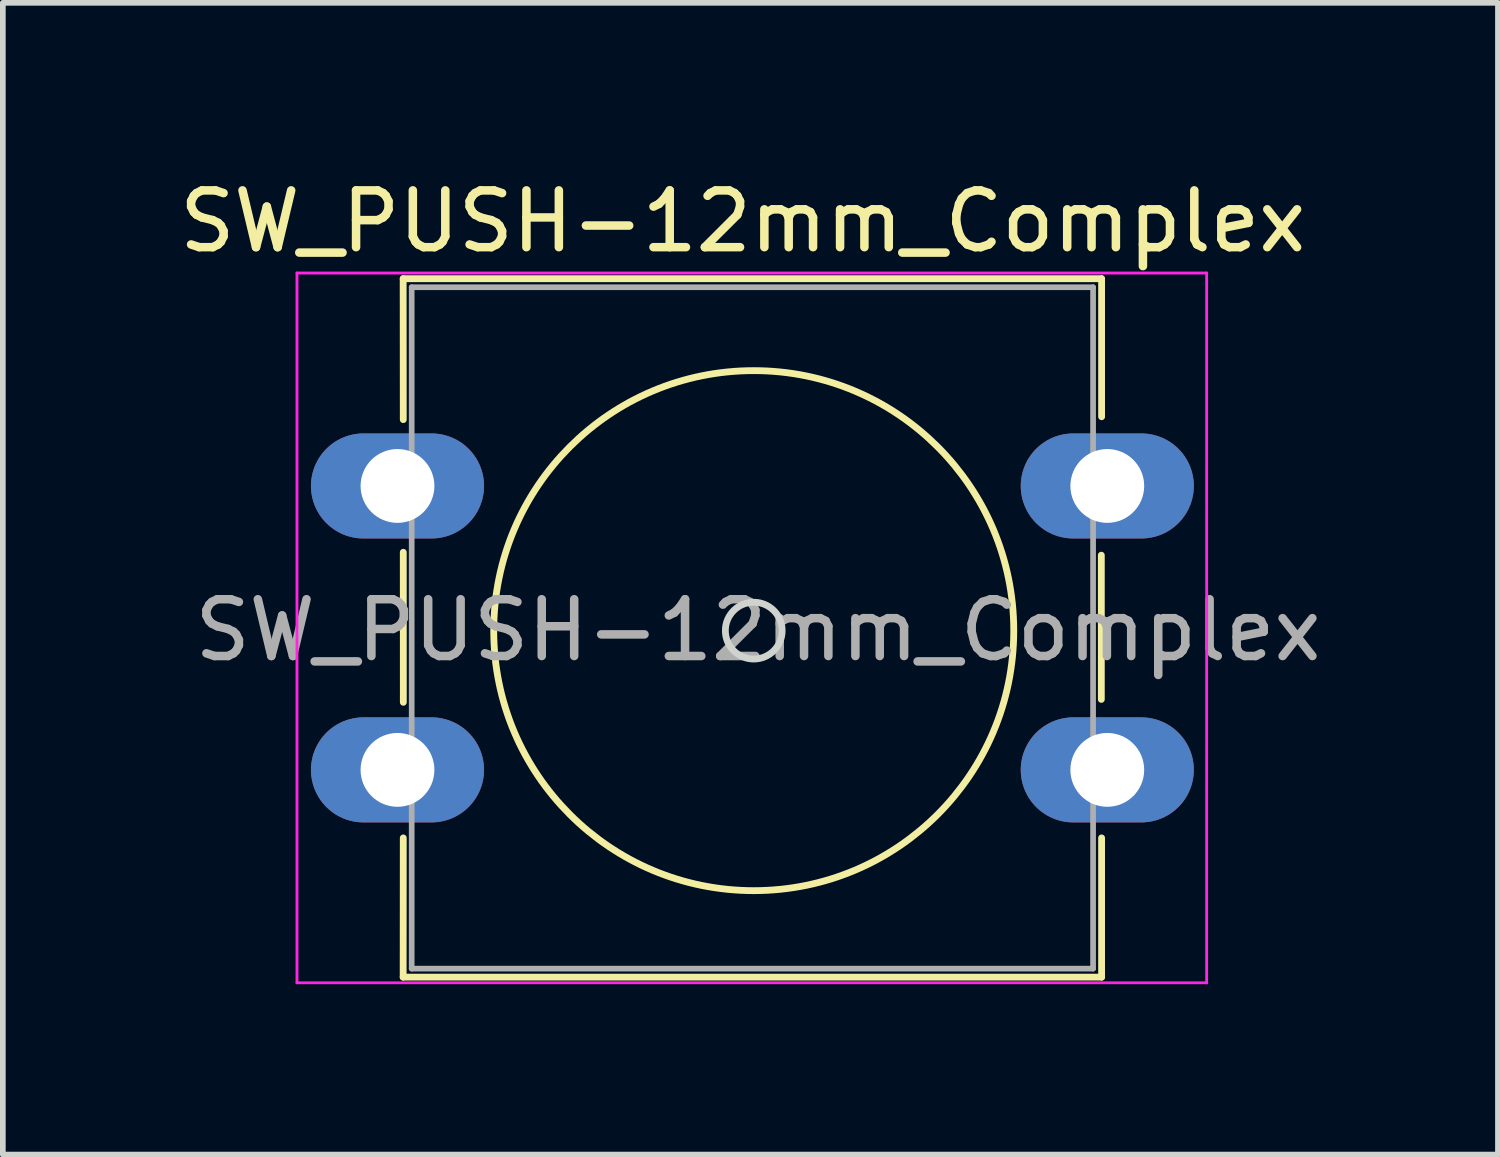
<source format=kicad_pcb>
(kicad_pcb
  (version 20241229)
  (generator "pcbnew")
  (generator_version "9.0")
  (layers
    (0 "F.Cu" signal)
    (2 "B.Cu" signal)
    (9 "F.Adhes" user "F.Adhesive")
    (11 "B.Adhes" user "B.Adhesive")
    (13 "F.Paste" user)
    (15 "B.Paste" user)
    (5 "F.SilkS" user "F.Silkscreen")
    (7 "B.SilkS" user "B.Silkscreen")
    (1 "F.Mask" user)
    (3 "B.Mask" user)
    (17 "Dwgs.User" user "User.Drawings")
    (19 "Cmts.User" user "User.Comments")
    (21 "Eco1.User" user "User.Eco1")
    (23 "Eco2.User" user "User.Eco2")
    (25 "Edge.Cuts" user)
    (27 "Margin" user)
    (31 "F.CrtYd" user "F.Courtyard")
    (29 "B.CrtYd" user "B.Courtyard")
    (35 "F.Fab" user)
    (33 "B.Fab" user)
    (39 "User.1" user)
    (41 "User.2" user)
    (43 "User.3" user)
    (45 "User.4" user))
  (footprint "SW_PUSH-12mm_Complex"
    (layer "F.Cu")
    (at 3.95 5.508)
    (property "Reference" "SW_PUSH-12mm_Complex" (at 6.08 -4.66 0) (layer "F.SilkS") (effects (font (size 1 1) (thickness 0.15))))
    (attr through_hole)
    (fp_line (start 0.1 -3.65) (end 12.4 -3.65) (stroke (width 0.12) (type solid)) (layer "F.SilkS"))
    (fp_line (start 0.1 8.65) (end 0.102 6.198) (stroke (width 0.12) (type solid)) (layer "F.SilkS"))
    (fp_line (start 0.102 -1.168) (end 0.1 -3.65) (stroke (width 0.12) (type solid)) (layer "F.SilkS"))
    (fp_line (start 0.103 3.81) (end 0.102 1.168) (stroke (width 0.12) (type solid)) (layer "F.SilkS"))
    (fp_line (start 12.395 1.219) (end 12.395 3.759) (stroke (width 0.12) (type solid)) (layer "F.SilkS"))
    (fp_line (start 12.4 -3.65) (end 12.4 -1.219) (stroke (width 0.12) (type solid)) (layer "F.SilkS"))
    (fp_line (start 12.4 6.198) (end 12.4 8.65) (stroke (width 0.12) (type solid)) (layer "F.SilkS"))
    (fp_line (start 12.4 8.65) (end 0.1 8.65) (stroke (width 0.12) (type solid)) (layer "F.SilkS"))
    (fp_circle (center 6.274 2.548) (end 10.084 5.088) (stroke (width 0.12) (type solid)) (fill no) (layer "F.SilkS"))
    (fp_circle (center 6.274 2.548) (end 6.774 2.548) (stroke (width 0.12) (type solid)) (fill no) (layer "Edge.Cuts"))
    (fp_line (start -1.77 -3.75) (end -1.77 8.75) (stroke (width 0.05) (type solid)) (layer "F.CrtYd"))
    (fp_line (start -1.77 -3.75) (end 14.25 -3.75) (stroke (width 0.05) (type solid)) (layer "F.CrtYd"))
    (fp_line (start 14.25 8.75) (end -1.77 8.75) (stroke (width 0.05) (type solid)) (layer "F.CrtYd"))
    (fp_line (start 14.25 8.75) (end 14.25 -3.75) (stroke (width 0.05) (type solid)) (layer "F.CrtYd"))
    (fp_line (start 0.25 -3.5) (end 0.25 8.5) (stroke (width 0.1) (type solid)) (layer "F.Fab"))
    (fp_line (start 0.25 -3.5) (end 12.25 -3.5) (stroke (width 0.1) (type solid)) (layer "F.Fab"))
    (fp_line (start 0.25 8.5) (end 12.25 8.5) (stroke (width 0.1) (type solid)) (layer "F.Fab"))
    (fp_line (start 12.25 -3.5) (end 12.25 8.5) (stroke (width 0.1) (type solid)) (layer "F.Fab"))
    (fp_text user "${REFERENCE}" (at 6.35 2.54 0) (layer "F.Fab") (effects (font (size 1 1) (thickness 0.15))))
    (pad "1" thru_hole oval (at 0 0) (size 3.048 1.85) (drill 1.3) (layers "*.Cu" "*.Mask"))
    (pad "1" thru_hole oval (at 12.5 0) (size 3.048 1.85) (drill 1.3) (layers "*.Cu" "*.Mask"))
    (pad "2" thru_hole oval (at 0 5) (size 3.048 1.85) (drill 1.3) (layers "*.Cu" "*.Mask"))
    (pad "2" thru_hole oval (at 12.5 5) (size 3.048 1.85) (drill 1.3) (layers "*.Cu" "*.Mask")))
  (gr_rect
    (start -3 -3)
    (end 23.33 17.283)
    (stroke (width 0.1) (type default))
    (fill no)
    (layer "Edge.Cuts")))
</source>
